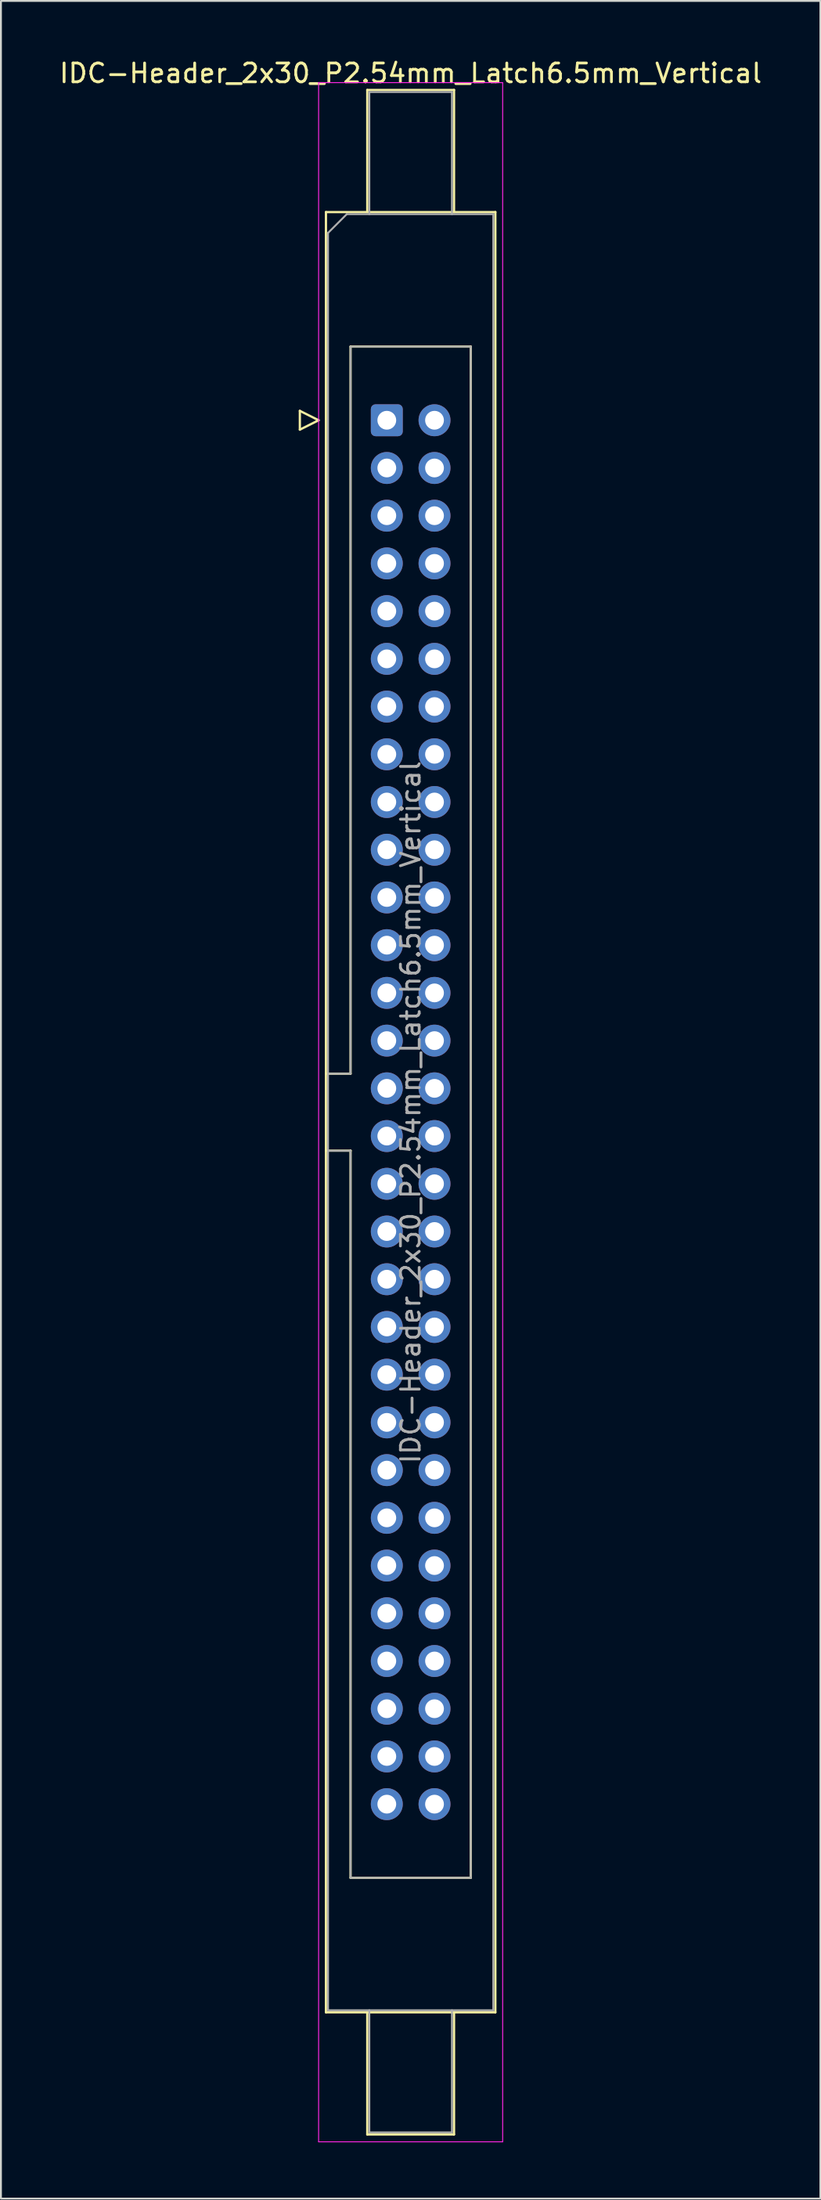
<source format=kicad_pcb>
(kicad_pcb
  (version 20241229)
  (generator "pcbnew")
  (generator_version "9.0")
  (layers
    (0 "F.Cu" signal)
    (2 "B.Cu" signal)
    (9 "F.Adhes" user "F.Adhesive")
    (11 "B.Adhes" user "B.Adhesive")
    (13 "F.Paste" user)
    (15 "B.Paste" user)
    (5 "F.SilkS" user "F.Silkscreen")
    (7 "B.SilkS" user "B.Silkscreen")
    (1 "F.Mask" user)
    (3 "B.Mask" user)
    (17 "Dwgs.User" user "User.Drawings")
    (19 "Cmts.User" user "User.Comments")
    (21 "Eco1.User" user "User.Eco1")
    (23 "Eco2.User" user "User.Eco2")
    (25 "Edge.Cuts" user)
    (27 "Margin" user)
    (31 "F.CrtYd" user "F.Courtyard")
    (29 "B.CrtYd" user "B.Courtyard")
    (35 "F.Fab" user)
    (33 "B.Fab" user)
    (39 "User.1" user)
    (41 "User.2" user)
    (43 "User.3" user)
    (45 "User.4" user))
  (footprint "IDC-Header_2x30_P2.54mm_Latch6.5mm_Vertical"
    (layer "F.Cu")
    (at 17.545 19.318)
    (property "Reference" "IDC-Header_2x30_P2.54mm_Latch6.5mm_Vertical" (at 1.27 -18.47 0) (layer "F.SilkS") (effects (font (size 1 1) (thickness 0.15))))
    (attr through_hole)
    (fp_line (start -4.63 -0.5) (end -4.63 0.5) (stroke (width 0.12) (type solid)) (layer "F.SilkS"))
    (fp_line (start -4.63 0.5) (end -3.63 0) (stroke (width 0.12) (type solid)) (layer "F.SilkS"))
    (fp_line (start -3.63 0) (end -4.63 -0.5) (stroke (width 0.12) (type solid)) (layer "F.SilkS"))
    (fp_line (start -3.24 -11.08) (end 5.78 -11.08) (stroke (width 0.12) (type solid)) (layer "F.SilkS"))
    (fp_line (start -3.24 34.78) (end -1.93 34.78) (stroke (width 0.12) (type solid)) (layer "F.SilkS"))
    (fp_line (start -3.24 84.74) (end -3.24 -11.08) (stroke (width 0.12) (type solid)) (layer "F.SilkS"))
    (fp_line (start -1.93 -3.92) (end 4.47 -3.92) (stroke (width 0.12) (type solid)) (layer "F.SilkS"))
    (fp_line (start -1.93 34.78) (end -1.93 -3.92) (stroke (width 0.12) (type solid)) (layer "F.SilkS"))
    (fp_line (start -1.93 38.88) (end -3.24 38.88) (stroke (width 0.12) (type solid)) (layer "F.SilkS"))
    (fp_line (start -1.93 38.88) (end -1.93 38.88) (stroke (width 0.12) (type solid)) (layer "F.SilkS"))
    (fp_line (start -1.93 77.58) (end -1.93 38.88) (stroke (width 0.12) (type solid)) (layer "F.SilkS"))
    (fp_line (start -1.04 -17.58) (end 3.58 -17.58) (stroke (width 0.12) (type solid)) (layer "F.SilkS"))
    (fp_line (start -1.04 -11.08) (end -1.04 -17.58) (stroke (width 0.12) (type solid)) (layer "F.SilkS"))
    (fp_line (start -1.04 84.74) (end -1.04 91.24) (stroke (width 0.12) (type solid)) (layer "F.SilkS"))
    (fp_line (start -1.04 91.24) (end 3.58 91.24) (stroke (width 0.12) (type solid)) (layer "F.SilkS"))
    (fp_line (start 3.58 -17.58) (end 3.58 -11.08) (stroke (width 0.12) (type solid)) (layer "F.SilkS"))
    (fp_line (start 3.58 91.24) (end 3.58 84.74) (stroke (width 0.12) (type solid)) (layer "F.SilkS"))
    (fp_line (start 4.47 -3.92) (end 4.47 77.58) (stroke (width 0.12) (type solid)) (layer "F.SilkS"))
    (fp_line (start 4.47 77.58) (end -1.93 77.58) (stroke (width 0.12) (type solid)) (layer "F.SilkS"))
    (fp_line (start 5.78 -11.08) (end 5.78 84.74) (stroke (width 0.12) (type solid)) (layer "F.SilkS"))
    (fp_line (start 5.78 84.74) (end -3.24 84.74) (stroke (width 0.12) (type solid)) (layer "F.SilkS"))
    (fp_line (start -3.63 -17.97) (end -3.63 91.63) (stroke (width 0.05) (type solid)) (layer "F.CrtYd"))
    (fp_line (start -3.63 91.63) (end 6.17 91.63) (stroke (width 0.05) (type solid)) (layer "F.CrtYd"))
    (fp_line (start 6.17 -17.97) (end -3.63 -17.97) (stroke (width 0.05) (type solid)) (layer "F.CrtYd"))
    (fp_line (start 6.17 91.63) (end 6.17 -17.97) (stroke (width 0.05) (type solid)) (layer "F.CrtYd"))
    (fp_line (start -3.13 -9.97) (end -2.13 -10.97) (stroke (width 0.1) (type solid)) (layer "F.Fab"))
    (fp_line (start -3.13 34.78) (end -1.93 34.78) (stroke (width 0.1) (type solid)) (layer "F.Fab"))
    (fp_line (start -3.13 84.63) (end -3.13 -9.97) (stroke (width 0.1) (type solid)) (layer "F.Fab"))
    (fp_line (start -2.13 -10.97) (end 5.67 -10.97) (stroke (width 0.1) (type solid)) (layer "F.Fab"))
    (fp_line (start -1.93 -3.92) (end 4.47 -3.92) (stroke (width 0.1) (type solid)) (layer "F.Fab"))
    (fp_line (start -1.93 34.78) (end -1.93 -3.92) (stroke (width 0.1) (type solid)) (layer "F.Fab"))
    (fp_line (start -1.93 38.88) (end -3.13 38.88) (stroke (width 0.1) (type solid)) (layer "F.Fab"))
    (fp_line (start -1.93 38.88) (end -1.93 38.88) (stroke (width 0.1) (type solid)) (layer "F.Fab"))
    (fp_line (start -1.93 77.58) (end -1.93 38.88) (stroke (width 0.1) (type solid)) (layer "F.Fab"))
    (fp_line (start -0.93 -17.47) (end 3.47 -17.47) (stroke (width 0.1) (type solid)) (layer "F.Fab"))
    (fp_line (start -0.93 -10.97) (end -0.93 -17.47) (stroke (width 0.1) (type solid)) (layer "F.Fab"))
    (fp_line (start -0.93 84.63) (end -0.93 91.13) (stroke (width 0.1) (type solid)) (layer "F.Fab"))
    (fp_line (start -0.93 91.13) (end 3.47 91.13) (stroke (width 0.1) (type solid)) (layer "F.Fab"))
    (fp_line (start 3.47 -17.47) (end 3.47 -10.97) (stroke (width 0.1) (type solid)) (layer "F.Fab"))
    (fp_line (start 3.47 91.13) (end 3.47 84.63) (stroke (width 0.1) (type solid)) (layer "F.Fab"))
    (fp_line (start 4.47 -3.92) (end 4.47 77.58) (stroke (width 0.1) (type solid)) (layer "F.Fab"))
    (fp_line (start 4.47 77.58) (end -1.93 77.58) (stroke (width 0.1) (type solid)) (layer "F.Fab"))
    (fp_line (start 5.67 -10.97) (end 5.67 84.63) (stroke (width 0.1) (type solid)) (layer "F.Fab"))
    (fp_line (start 5.67 84.63) (end -3.13 84.63) (stroke (width 0.1) (type solid)) (layer "F.Fab"))
    (fp_text user "${REFERENCE}" (at 1.27 36.83 90) (layer "F.Fab") (effects (font (size 1 1) (thickness 0.15))))
    (pad "1" thru_hole roundrect (at 0 0) (size 1.7 1.7) (drill 1) (layers "*.Cu" "*.Mask") (roundrect_rratio 0.147))
    (pad "2" thru_hole circle (at 2.54 0) (size 1.7 1.7) (drill 1) (layers "*.Cu" "*.Mask"))
    (pad "3" thru_hole circle (at 0 2.54) (size 1.7 1.7) (drill 1) (layers "*.Cu" "*.Mask"))
    (pad "4" thru_hole circle (at 2.54 2.54) (size 1.7 1.7) (drill 1) (layers "*.Cu" "*.Mask"))
    (pad "5" thru_hole circle (at 0 5.08) (size 1.7 1.7) (drill 1) (layers "*.Cu" "*.Mask"))
    (pad "6" thru_hole circle (at 2.54 5.08) (size 1.7 1.7) (drill 1) (layers "*.Cu" "*.Mask"))
    (pad "7" thru_hole circle (at 0 7.62) (size 1.7 1.7) (drill 1) (layers "*.Cu" "*.Mask"))
    (pad "8" thru_hole circle (at 2.54 7.62) (size 1.7 1.7) (drill 1) (layers "*.Cu" "*.Mask"))
    (pad "9" thru_hole circle (at 0 10.16) (size 1.7 1.7) (drill 1) (layers "*.Cu" "*.Mask"))
    (pad "10" thru_hole circle (at 2.54 10.16) (size 1.7 1.7) (drill 1) (layers "*.Cu" "*.Mask"))
    (pad "11" thru_hole circle (at 0 12.7) (size 1.7 1.7) (drill 1) (layers "*.Cu" "*.Mask"))
    (pad "12" thru_hole circle (at 2.54 12.7) (size 1.7 1.7) (drill 1) (layers "*.Cu" "*.Mask"))
    (pad "13" thru_hole circle (at 0 15.24) (size 1.7 1.7) (drill 1) (layers "*.Cu" "*.Mask"))
    (pad "14" thru_hole circle (at 2.54 15.24) (size 1.7 1.7) (drill 1) (layers "*.Cu" "*.Mask"))
    (pad "15" thru_hole circle (at 0 17.78) (size 1.7 1.7) (drill 1) (layers "*.Cu" "*.Mask"))
    (pad "16" thru_hole circle (at 2.54 17.78) (size 1.7 1.7) (drill 1) (layers "*.Cu" "*.Mask"))
    (pad "17" thru_hole circle (at 0 20.32) (size 1.7 1.7) (drill 1) (layers "*.Cu" "*.Mask"))
    (pad "18" thru_hole circle (at 2.54 20.32) (size 1.7 1.7) (drill 1) (layers "*.Cu" "*.Mask"))
    (pad "19" thru_hole circle (at 0 22.86) (size 1.7 1.7) (drill 1) (layers "*.Cu" "*.Mask"))
    (pad "20" thru_hole circle (at 2.54 22.86) (size 1.7 1.7) (drill 1) (layers "*.Cu" "*.Mask"))
    (pad "21" thru_hole circle (at 0 25.4) (size 1.7 1.7) (drill 1) (layers "*.Cu" "*.Mask"))
    (pad "22" thru_hole circle (at 2.54 25.4) (size 1.7 1.7) (drill 1) (layers "*.Cu" "*.Mask"))
    (pad "23" thru_hole circle (at 0 27.94) (size 1.7 1.7) (drill 1) (layers "*.Cu" "*.Mask"))
    (pad "24" thru_hole circle (at 2.54 27.94) (size 1.7 1.7) (drill 1) (layers "*.Cu" "*.Mask"))
    (pad "25" thru_hole circle (at 0 30.48) (size 1.7 1.7) (drill 1) (layers "*.Cu" "*.Mask"))
    (pad "26" thru_hole circle (at 2.54 30.48) (size 1.7 1.7) (drill 1) (layers "*.Cu" "*.Mask"))
    (pad "27" thru_hole circle (at 0 33.02) (size 1.7 1.7) (drill 1) (layers "*.Cu" "*.Mask"))
    (pad "28" thru_hole circle (at 2.54 33.02) (size 1.7 1.7) (drill 1) (layers "*.Cu" "*.Mask"))
    (pad "29" thru_hole circle (at 0 35.56) (size 1.7 1.7) (drill 1) (layers "*.Cu" "*.Mask"))
    (pad "30" thru_hole circle (at 2.54 35.56) (size 1.7 1.7) (drill 1) (layers "*.Cu" "*.Mask"))
    (pad "31" thru_hole circle (at 0 38.1) (size 1.7 1.7) (drill 1) (layers "*.Cu" "*.Mask"))
    (pad "32" thru_hole circle (at 2.54 38.1) (size 1.7 1.7) (drill 1) (layers "*.Cu" "*.Mask"))
    (pad "33" thru_hole circle (at 0 40.64) (size 1.7 1.7) (drill 1) (layers "*.Cu" "*.Mask"))
    (pad "34" thru_hole circle (at 2.54 40.64) (size 1.7 1.7) (drill 1) (layers "*.Cu" "*.Mask"))
    (pad "35" thru_hole circle (at 0 43.18) (size 1.7 1.7) (drill 1) (layers "*.Cu" "*.Mask"))
    (pad "36" thru_hole circle (at 2.54 43.18) (size 1.7 1.7) (drill 1) (layers "*.Cu" "*.Mask"))
    (pad "37" thru_hole circle (at 0 45.72) (size 1.7 1.7) (drill 1) (layers "*.Cu" "*.Mask"))
    (pad "38" thru_hole circle (at 2.54 45.72) (size 1.7 1.7) (drill 1) (layers "*.Cu" "*.Mask"))
    (pad "39" thru_hole circle (at 0 48.26) (size 1.7 1.7) (drill 1) (layers "*.Cu" "*.Mask"))
    (pad "40" thru_hole circle (at 2.54 48.26) (size 1.7 1.7) (drill 1) (layers "*.Cu" "*.Mask"))
    (pad "41" thru_hole circle (at 0 50.8) (size 1.7 1.7) (drill 1) (layers "*.Cu" "*.Mask"))
    (pad "42" thru_hole circle (at 2.54 50.8) (size 1.7 1.7) (drill 1) (layers "*.Cu" "*.Mask"))
    (pad "43" thru_hole circle (at 0 53.34) (size 1.7 1.7) (drill 1) (layers "*.Cu" "*.Mask"))
    (pad "44" thru_hole circle (at 2.54 53.34) (size 1.7 1.7) (drill 1) (layers "*.Cu" "*.Mask"))
    (pad "45" thru_hole circle (at 0 55.88) (size 1.7 1.7) (drill 1) (layers "*.Cu" "*.Mask"))
    (pad "46" thru_hole circle (at 2.54 55.88) (size 1.7 1.7) (drill 1) (layers "*.Cu" "*.Mask"))
    (pad "47" thru_hole circle (at 0 58.42) (size 1.7 1.7) (drill 1) (layers "*.Cu" "*.Mask"))
    (pad "48" thru_hole circle (at 2.54 58.42) (size 1.7 1.7) (drill 1) (layers "*.Cu" "*.Mask"))
    (pad "49" thru_hole circle (at 0 60.96) (size 1.7 1.7) (drill 1) (layers "*.Cu" "*.Mask"))
    (pad "50" thru_hole circle (at 2.54 60.96) (size 1.7 1.7) (drill 1) (layers "*.Cu" "*.Mask"))
    (pad "51" thru_hole circle (at 0 63.5) (size 1.7 1.7) (drill 1) (layers "*.Cu" "*.Mask"))
    (pad "52" thru_hole circle (at 2.54 63.5) (size 1.7 1.7) (drill 1) (layers "*.Cu" "*.Mask"))
    (pad "53" thru_hole circle (at 0 66.04) (size 1.7 1.7) (drill 1) (layers "*.Cu" "*.Mask"))
    (pad "54" thru_hole circle (at 2.54 66.04) (size 1.7 1.7) (drill 1) (layers "*.Cu" "*.Mask"))
    (pad "55" thru_hole circle (at 0 68.58) (size 1.7 1.7) (drill 1) (layers "*.Cu" "*.Mask"))
    (pad "56" thru_hole circle (at 2.54 68.58) (size 1.7 1.7) (drill 1) (layers "*.Cu" "*.Mask"))
    (pad "57" thru_hole circle (at 0 71.12) (size 1.7 1.7) (drill 1) (layers "*.Cu" "*.Mask"))
    (pad "58" thru_hole circle (at 2.54 71.12) (size 1.7 1.7) (drill 1) (layers "*.Cu" "*.Mask"))
    (pad "59" thru_hole circle (at 0 73.66) (size 1.7 1.7) (drill 1) (layers "*.Cu" "*.Mask"))
    (pad "60" thru_hole circle (at 2.54 73.66) (size 1.7 1.7) (drill 1) (layers "*.Cu" "*.Mask")))
  (gr_rect
    (start -3 -3)
    (end 40.631 113.973)
    (stroke (width 0.1) (type default))
    (fill no)
    (layer "Edge.Cuts")))
</source>
